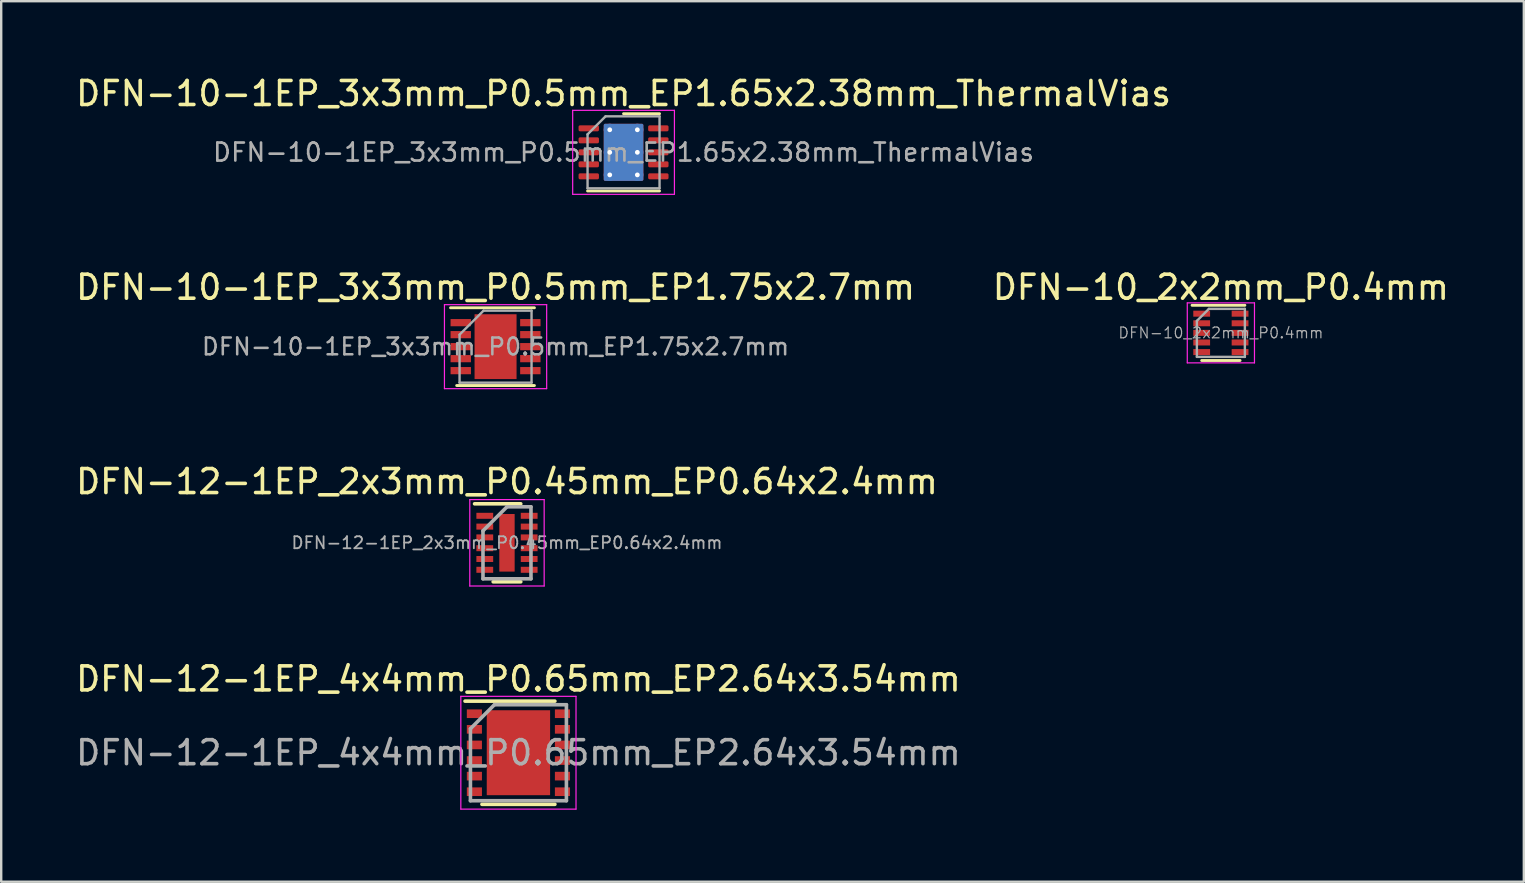
<source format=kicad_pcb>
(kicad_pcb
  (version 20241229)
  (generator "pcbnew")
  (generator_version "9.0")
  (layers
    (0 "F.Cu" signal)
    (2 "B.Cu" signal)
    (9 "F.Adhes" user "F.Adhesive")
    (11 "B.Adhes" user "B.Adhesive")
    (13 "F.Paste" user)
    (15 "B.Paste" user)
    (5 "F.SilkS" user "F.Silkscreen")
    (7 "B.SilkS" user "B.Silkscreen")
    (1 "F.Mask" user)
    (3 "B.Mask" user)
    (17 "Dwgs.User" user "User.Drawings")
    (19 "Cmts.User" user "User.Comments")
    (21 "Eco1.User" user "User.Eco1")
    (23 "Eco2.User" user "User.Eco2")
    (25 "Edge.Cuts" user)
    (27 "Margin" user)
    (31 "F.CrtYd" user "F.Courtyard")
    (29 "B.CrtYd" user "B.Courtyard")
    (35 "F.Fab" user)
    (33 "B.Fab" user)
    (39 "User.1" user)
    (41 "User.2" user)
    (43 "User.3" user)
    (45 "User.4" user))
  (footprint "DFN-10-1EP_3x3mm_P0.5mm_EP1.75x2.7mm"
    (layer "F.Cu")
    (at 17.601 11.396)
    (property "Reference" "DFN-10-1EP_3x3mm_P0.5mm_EP1.75x2.7mm" (at 0 -2.475 0) (layer "F.SilkS") (effects (font (size 1 1) (thickness 0.15))))
    (attr smd)
    (fp_line (start -1.875 -1.62) (end 1.62 -1.62) (stroke (width 0.12) (type solid)) (layer "F.SilkS"))
    (fp_line (start -1.62 1.62) (end 1.62 1.62) (stroke (width 0.12) (type solid)) (layer "F.SilkS"))
    (fp_line (start -2.13 -1.75) (end -2.13 1.75) (stroke (width 0.05) (type solid)) (layer "F.CrtYd"))
    (fp_line (start -2.13 -1.75) (end 2.13 -1.75) (stroke (width 0.05) (type solid)) (layer "F.CrtYd"))
    (fp_line (start -2.13 1.75) (end 2.13 1.75) (stroke (width 0.05) (type solid)) (layer "F.CrtYd"))
    (fp_line (start 2.13 -1.75) (end 2.13 1.75) (stroke (width 0.05) (type solid)) (layer "F.CrtYd"))
    (fp_line (start -1.5 -0.5) (end -0.5 -1.5) (stroke (width 0.1) (type solid)) (layer "F.Fab"))
    (fp_line (start -1.5 1.5) (end -1.5 -0.5) (stroke (width 0.1) (type solid)) (layer "F.Fab"))
    (fp_line (start -0.5 -1.5) (end 1.5 -1.5) (stroke (width 0.1) (type solid)) (layer "F.Fab"))
    (fp_line (start 1.5 -1.5) (end 1.5 1.5) (stroke (width 0.1) (type solid)) (layer "F.Fab"))
    (fp_line (start 1.5 1.5) (end -1.5 1.5) (stroke (width 0.1) (type solid)) (layer "F.Fab"))
    (fp_text user "${REFERENCE}" (at 0 0 0) (layer "F.Fab") (effects (font (size 0.7 0.7) (thickness 0.105))))
    (pad "" smd rect (at -0.388 -0.62) (size 0.6 1.05) (layers "F.Paste"))
    (pad "" smd rect (at -0.388 0.62) (size 0.6 1.05) (layers "F.Paste"))
    (pad "" smd rect (at 0.388 -0.62) (size 0.6 1.05) (layers "F.Paste"))
    (pad "" smd rect (at 0.388 0.62) (size 0.6 1.05) (layers "F.Paste"))
    (pad "1" smd rect (at -1.45 -1) (size 0.85 0.3) (layers "F.Cu" "F.Mask" "F.Paste"))
    (pad "2" smd rect (at -1.45 -0.5) (size 0.85 0.3) (layers "F.Cu" "F.Mask" "F.Paste"))
    (pad "3" smd rect (at -1.45 0) (size 0.85 0.3) (layers "F.Cu" "F.Mask" "F.Paste"))
    (pad "4" smd rect (at -1.45 0.5) (size 0.85 0.3) (layers "F.Cu" "F.Mask" "F.Paste"))
    (pad "5" smd rect (at -1.45 1) (size 0.85 0.3) (layers "F.Cu" "F.Mask" "F.Paste"))
    (pad "6" smd rect (at 1.45 1) (size 0.85 0.3) (layers "F.Cu" "F.Mask" "F.Paste"))
    (pad "7" smd rect (at 1.45 0.5) (size 0.85 0.3) (layers "F.Cu" "F.Mask" "F.Paste"))
    (pad "8" smd rect (at 1.45 0) (size 0.85 0.3) (layers "F.Cu" "F.Mask" "F.Paste"))
    (pad "9" smd rect (at 1.45 -0.5) (size 0.85 0.3) (layers "F.Cu" "F.Mask" "F.Paste"))
    (pad "10" smd rect (at 1.45 -1) (size 0.85 0.3) (layers "F.Cu" "F.Mask" "F.Paste"))
    (pad "11" smd rect (at 0 0) (size 1.75 2.7) (layers "F.Cu" "F.Mask")))
  (footprint "DFN-12-1EP_4x4mm_P0.65mm_EP2.64x3.54mm"
    (layer "F.Cu")
    (at 18.554 28.318)
    (property "Reference" "DFN-12-1EP_4x4mm_P0.65mm_EP2.64x3.54mm" (at 0 -3.075 0) (layer "F.SilkS") (effects (font (size 1 1) (thickness 0.15))))
    (attr smd)
    (fp_line (start -2.225 -2.15) (end 1.52 -2.15) (stroke (width 0.15) (type solid)) (layer "F.SilkS"))
    (fp_line (start -1.52 2.15) (end 1.52 2.15) (stroke (width 0.15) (type solid)) (layer "F.SilkS"))
    (fp_line (start -2.4 -2.35) (end -2.4 2.35) (stroke (width 0.05) (type solid)) (layer "F.CrtYd"))
    (fp_line (start -2.4 -2.35) (end 2.4 -2.35) (stroke (width 0.05) (type solid)) (layer "F.CrtYd"))
    (fp_line (start -2.4 2.35) (end 2.4 2.35) (stroke (width 0.05) (type solid)) (layer "F.CrtYd"))
    (fp_line (start 2.4 -2.35) (end 2.4 2.35) (stroke (width 0.05) (type solid)) (layer "F.CrtYd"))
    (fp_line (start -2 -1) (end -1 -2) (stroke (width 0.15) (type solid)) (layer "F.Fab"))
    (fp_line (start -2 2) (end -2 -1) (stroke (width 0.15) (type solid)) (layer "F.Fab"))
    (fp_line (start -1 -2) (end 2 -2) (stroke (width 0.15) (type solid)) (layer "F.Fab"))
    (fp_line (start 2 -2) (end 2 2) (stroke (width 0.15) (type solid)) (layer "F.Fab"))
    (fp_line (start 2 2) (end -2 2) (stroke (width 0.15) (type solid)) (layer "F.Fab"))
    (fp_text user "${REFERENCE}" (at 0 0 0) (layer "F.Fab") (effects (font (size 1 1) (thickness 0.15))))
    (pad "" smd rect (at -0.66 -1.327) (size 1.1 0.7) (layers "F.Paste"))
    (pad "" smd rect (at -0.66 -0.443) (size 1.1 0.7) (layers "F.Paste"))
    (pad "" smd rect (at -0.66 0.443) (size 1.1 0.7) (layers "F.Paste"))
    (pad "" smd rect (at -0.66 1.327) (size 1.1 0.7) (layers "F.Paste"))
    (pad "" smd rect (at 0.66 -1.327) (size 1.1 0.7) (layers "F.Paste"))
    (pad "" smd rect (at 0.66 -0.443) (size 1.1 0.7) (layers "F.Paste"))
    (pad "" smd rect (at 0.66 0.443) (size 1.1 0.7) (layers "F.Paste"))
    (pad "" smd rect (at 0.66 1.327) (size 1.1 0.7) (layers "F.Paste"))
    (pad "1" smd rect (at -1.835 -1.625) (size 0.63 0.36) (layers "F.Cu" "F.Mask" "F.Paste"))
    (pad "2" smd rect (at -1.835 -0.975) (size 0.63 0.36) (layers "F.Cu" "F.Mask" "F.Paste"))
    (pad "3" smd rect (at -1.835 -0.325) (size 0.63 0.36) (layers "F.Cu" "F.Mask" "F.Paste"))
    (pad "4" smd rect (at -1.835 0.325) (size 0.63 0.36) (layers "F.Cu" "F.Mask" "F.Paste"))
    (pad "5" smd rect (at -1.835 0.975) (size 0.63 0.36) (layers "F.Cu" "F.Mask" "F.Paste"))
    (pad "6" smd rect (at -1.835 1.625) (size 0.63 0.36) (layers "F.Cu" "F.Mask" "F.Paste"))
    (pad "7" smd rect (at 1.835 1.625) (size 0.63 0.36) (layers "F.Cu" "F.Mask" "F.Paste"))
    (pad "8" smd rect (at 1.835 0.975) (size 0.63 0.36) (layers "F.Cu" "F.Mask" "F.Paste"))
    (pad "9" smd rect (at 1.835 0.325) (size 0.63 0.36) (layers "F.Cu" "F.Mask" "F.Paste"))
    (pad "10" smd rect (at 1.835 -0.325) (size 0.63 0.36) (layers "F.Cu" "F.Mask" "F.Paste"))
    (pad "11" smd rect (at 1.835 -0.975) (size 0.63 0.36) (layers "F.Cu" "F.Mask" "F.Paste"))
    (pad "12" smd rect (at 1.835 -1.625) (size 0.63 0.36) (layers "F.Cu" "F.Mask" "F.Paste"))
    (pad "13" smd rect (at 0 0) (size 2.64 3.54) (layers "F.Cu" "F.Mask")))
  (footprint "DFN-10-1EP_3x3mm_P0.5mm_EP1.65x2.38mm_ThermalVias"
    (layer "F.Cu")
    (at 22.935 3.298)
    (property "Reference" "DFN-10-1EP_3x3mm_P0.5mm_EP1.65x2.38mm_ThermalVias" (at 0 -2.45 0) (layer "F.SilkS") (effects (font (size 1 1) (thickness 0.15))))
    (attr smd)
    (fp_line (start -1.5 1.61) (end 1.5 1.61) (stroke (width 0.12) (type solid)) (layer "F.SilkS"))
    (fp_line (start 0 -1.61) (end 1.5 -1.61) (stroke (width 0.12) (type solid)) (layer "F.SilkS"))
    (fp_line (start -2.12 -1.75) (end -2.12 1.75) (stroke (width 0.05) (type solid)) (layer "F.CrtYd"))
    (fp_line (start -2.12 1.75) (end 2.12 1.75) (stroke (width 0.05) (type solid)) (layer "F.CrtYd"))
    (fp_line (start 2.12 -1.75) (end -2.12 -1.75) (stroke (width 0.05) (type solid)) (layer "F.CrtYd"))
    (fp_line (start 2.12 1.75) (end 2.12 -1.75) (stroke (width 0.05) (type solid)) (layer "F.CrtYd"))
    (fp_line (start -1.5 -0.75) (end -0.75 -1.5) (stroke (width 0.1) (type solid)) (layer "F.Fab"))
    (fp_line (start -1.5 1.5) (end -1.5 -0.75) (stroke (width 0.1) (type solid)) (layer "F.Fab"))
    (fp_line (start -0.75 -1.5) (end 1.5 -1.5) (stroke (width 0.1) (type solid)) (layer "F.Fab"))
    (fp_line (start 1.5 -1.5) (end 1.5 1.5) (stroke (width 0.1) (type solid)) (layer "F.Fab"))
    (fp_line (start 1.5 1.5) (end -1.5 1.5) (stroke (width 0.1) (type solid)) (layer "F.Fab"))
    (fp_text user "${REFERENCE}" (at 0 0 0) (layer "F.Fab") (effects (font (size 0.75 0.75) (thickness 0.11))))
    (pad "" smd roundrect (at -0.41 -0.595) (size 0.67 0.96) (layers "F.Paste") (roundrect_rratio 0.25))
    (pad "" smd roundrect (at -0.41 0.595) (size 0.67 0.96) (layers "F.Paste") (roundrect_rratio 0.25))
    (pad "" smd roundrect (at 0.41 -0.595) (size 0.67 0.96) (layers "F.Paste") (roundrect_rratio 0.25))
    (pad "" smd roundrect (at 0.41 0.595) (size 0.67 0.96) (layers "F.Paste") (roundrect_rratio 0.25))
    (pad "1" smd roundrect (at -1.45 -1) (size 0.85 0.25) (layers "F.Cu" "F.Mask" "F.Paste") (roundrect_rratio 0.25))
    (pad "2" smd roundrect (at -1.45 -0.5) (size 0.85 0.25) (layers "F.Cu" "F.Mask" "F.Paste") (roundrect_rratio 0.25))
    (pad "3" smd roundrect (at -1.45 0) (size 0.85 0.25) (layers "F.Cu" "F.Mask" "F.Paste") (roundrect_rratio 0.25))
    (pad "4" smd roundrect (at -1.45 0.5) (size 0.85 0.25) (layers "F.Cu" "F.Mask" "F.Paste") (roundrect_rratio 0.25))
    (pad "5" smd roundrect (at -1.45 1) (size 0.85 0.25) (layers "F.Cu" "F.Mask" "F.Paste") (roundrect_rratio 0.25))
    (pad "6" smd roundrect (at 1.45 1) (size 0.85 0.25) (layers "F.Cu" "F.Mask" "F.Paste") (roundrect_rratio 0.25))
    (pad "7" smd roundrect (at 1.45 0.5) (size 0.85 0.25) (layers "F.Cu" "F.Mask" "F.Paste") (roundrect_rratio 0.25))
    (pad "8" smd roundrect (at 1.45 0) (size 0.85 0.25) (layers "F.Cu" "F.Mask" "F.Paste") (roundrect_rratio 0.25))
    (pad "9" smd roundrect (at 1.45 -0.5) (size 0.85 0.25) (layers "F.Cu" "F.Mask" "F.Paste") (roundrect_rratio 0.25))
    (pad "10" smd roundrect (at 1.45 -1) (size 0.85 0.25) (layers "F.Cu" "F.Mask" "F.Paste") (roundrect_rratio 0.25))
    (pad "11" thru_hole circle (at -0.575 -0.94) (size 0.5 0.5) (drill 0.2) (layers "*.Cu"))
    (pad "11" thru_hole circle (at -0.575 0) (size 0.5 0.5) (drill 0.2) (layers "*.Cu"))
    (pad "11" thru_hole circle (at -0.575 0.94) (size 0.5 0.5) (drill 0.2) (layers "*.Cu"))
    (pad "11" smd roundrect (at 0 0) (size 1.65 2.38) (layers "F.Cu" "F.Mask") (roundrect_rratio 0.038))
    (pad "11" smd roundrect (at 0 0) (size 1.65 2.38) (layers "B.Cu") (roundrect_rratio 0.038))
    (pad "11" thru_hole circle (at 0.575 -0.94) (size 0.5 0.5) (drill 0.2) (layers "*.Cu"))
    (pad "11" thru_hole circle (at 0.575 0) (size 0.5 0.5) (drill 0.2) (layers "*.Cu"))
    (pad "11" thru_hole circle (at 0.575 0.94) (size 0.5 0.5) (drill 0.2) (layers "*.Cu")))
  (footprint "DFN-12-1EP_2x3mm_P0.45mm_EP0.64x2.4mm"
    (layer "F.Cu")
    (at 18.077 19.57)
    (property "Reference" "DFN-12-1EP_2x3mm_P0.45mm_EP0.64x2.4mm" (at 0 -2.55 0) (layer "F.SilkS") (effects (font (size 1 1) (thickness 0.15))))
    (attr smd)
    (fp_line (start -1.35 -1.625) (end 0.575 -1.625) (stroke (width 0.15) (type solid)) (layer "F.SilkS"))
    (fp_line (start -0.575 1.625) (end 0.575 1.625) (stroke (width 0.15) (type solid)) (layer "F.SilkS"))
    (fp_line (start -1.55 -1.8) (end -1.55 1.8) (stroke (width 0.05) (type solid)) (layer "F.CrtYd"))
    (fp_line (start -1.55 -1.8) (end 1.55 -1.8) (stroke (width 0.05) (type solid)) (layer "F.CrtYd"))
    (fp_line (start -1.55 1.8) (end 1.55 1.8) (stroke (width 0.05) (type solid)) (layer "F.CrtYd"))
    (fp_line (start 1.55 -1.8) (end 1.55 1.8) (stroke (width 0.05) (type solid)) (layer "F.CrtYd"))
    (fp_line (start -1 -0.5) (end 0 -1.5) (stroke (width 0.15) (type solid)) (layer "F.Fab"))
    (fp_line (start -1 1.5) (end -1 -0.5) (stroke (width 0.15) (type solid)) (layer "F.Fab"))
    (fp_line (start 0 -1.5) (end 1 -1.5) (stroke (width 0.15) (type solid)) (layer "F.Fab"))
    (fp_line (start 1 -1.5) (end 1 1.5) (stroke (width 0.15) (type solid)) (layer "F.Fab"))
    (fp_line (start 1 1.5) (end -1 1.5) (stroke (width 0.15) (type solid)) (layer "F.Fab"))
    (fp_text user "${REFERENCE}" (at 0 0 0) (layer "F.Fab") (effects (font (size 0.5 0.5) (thickness 0.075))))
    (pad "" smd rect (at 0 -0.6) (size 0.5 1) (layers "F.Paste"))
    (pad "" smd rect (at 0 0.6) (size 0.5 1) (layers "F.Paste"))
    (pad "1" smd rect (at -0.925 -1.125) (size 0.7 0.25) (layers "F.Cu" "F.Mask" "F.Paste"))
    (pad "2" smd rect (at -0.925 -0.675) (size 0.7 0.25) (layers "F.Cu" "F.Mask" "F.Paste"))
    (pad "3" smd rect (at -0.925 -0.225) (size 0.7 0.25) (layers "F.Cu" "F.Mask" "F.Paste"))
    (pad "4" smd rect (at -0.925 0.225) (size 0.7 0.25) (layers "F.Cu" "F.Mask" "F.Paste"))
    (pad "5" smd rect (at -0.925 0.675) (size 0.7 0.25) (layers "F.Cu" "F.Mask" "F.Paste"))
    (pad "6" smd rect (at -0.925 1.125) (size 0.7 0.25) (layers "F.Cu" "F.Mask" "F.Paste"))
    (pad "7" smd rect (at 0.925 1.125) (size 0.7 0.25) (layers "F.Cu" "F.Mask" "F.Paste"))
    (pad "8" smd rect (at 0.925 0.675) (size 0.7 0.25) (layers "F.Cu" "F.Mask" "F.Paste"))
    (pad "9" smd rect (at 0.925 0.225) (size 0.7 0.25) (layers "F.Cu" "F.Mask" "F.Paste"))
    (pad "10" smd rect (at 0.925 -0.225) (size 0.7 0.25) (layers "F.Cu" "F.Mask" "F.Paste"))
    (pad "11" smd rect (at 0.925 -0.675) (size 0.7 0.25) (layers "F.Cu" "F.Mask" "F.Paste"))
    (pad "12" smd rect (at 0.925 -1.125) (size 0.7 0.25) (layers "F.Cu" "F.Mask" "F.Paste"))
    (pad "13" smd rect (at 0 0) (size 0.64 2.4) (layers "F.Cu" "F.Mask")))
  (footprint "DFN-10_2x2mm_P0.4mm"
    (layer "F.Cu")
    (at 47.827 10.822)
    (property "Reference" "DFN-10_2x2mm_P0.4mm" (at 0 -1.9 0) (layer "F.SilkS") (effects (font (size 1 1) (thickness 0.15))))
    (attr smd)
    (fp_line (start 0.8 1.15) (end -0.8 1.15) (stroke (width 0.12) (type solid)) (layer "F.SilkS"))
    (fp_line (start 1 -1.15) (end -1.2 -1.15) (stroke (width 0.12) (type solid)) (layer "F.SilkS"))
    (fp_line (start -1.4 1.25) (end -1.4 -1.25) (stroke (width 0.05) (type solid)) (layer "F.CrtYd"))
    (fp_line (start -1.4 1.25) (end 1.4 1.25) (stroke (width 0.05) (type solid)) (layer "F.CrtYd"))
    (fp_line (start 1.4 -1.25) (end -1.4 -1.25) (stroke (width 0.05) (type solid)) (layer "F.CrtYd"))
    (fp_line (start 1.4 -1.25) (end 1.4 1.25) (stroke (width 0.05) (type solid)) (layer "F.CrtYd"))
    (fp_line (start -1 -0.5) (end -1 1) (stroke (width 0.1) (type solid)) (layer "F.Fab"))
    (fp_line (start -0.5 -1) (end -1 -0.5) (stroke (width 0.1) (type solid)) (layer "F.Fab"))
    (fp_line (start 1 -1) (end -0.5 -1) (stroke (width 0.1) (type solid)) (layer "F.Fab"))
    (fp_line (start 1 1) (end -1 1) (stroke (width 0.1) (type solid)) (layer "F.Fab"))
    (fp_line (start 1 1) (end 1 -1) (stroke (width 0.1) (type solid)) (layer "F.Fab"))
    (fp_text user "${REFERENCE}" (at 0 0 0) (layer "F.Fab") (effects (font (size 0.45 0.45) (thickness 0.05))))
    (pad "1" smd rect (at -0.8 -0.8) (size 0.7 0.25) (layers "F.Cu" "F.Mask" "F.Paste"))
    (pad "2" smd rect (at -0.8 -0.4) (size 0.7 0.25) (layers "F.Cu" "F.Mask" "F.Paste"))
    (pad "3" smd rect (at -0.8 0) (size 0.7 0.25) (layers "F.Cu" "F.Mask" "F.Paste"))
    (pad "4" smd rect (at -0.8 0.4) (size 0.7 0.25) (layers "F.Cu" "F.Mask" "F.Paste"))
    (pad "5" smd rect (at -0.8 0.8) (size 0.7 0.25) (layers "F.Cu" "F.Mask" "F.Paste"))
    (pad "6" smd rect (at 0.8 0.8) (size 0.7 0.25) (layers "F.Cu" "F.Mask" "F.Paste"))
    (pad "7" smd rect (at 0.8 0.4) (size 0.7 0.25) (layers "F.Cu" "F.Mask" "F.Paste"))
    (pad "8" smd rect (at 0.8 0) (size 0.7 0.25) (layers "F.Cu" "F.Mask" "F.Paste"))
    (pad "9" smd rect (at 0.8 -0.4) (size 0.7 0.25) (layers "F.Cu" "F.Mask" "F.Paste"))
    (pad "10" smd rect (at 0.8 -0.8) (size 0.7 0.25) (layers "F.Cu" "F.Mask" "F.Paste")))
  (gr_rect
    (start -3 -3)
    (end 60.452 33.693)
    (stroke (width 0.1) (type default))
    (fill no)
    (layer "Edge.Cuts")))
</source>
